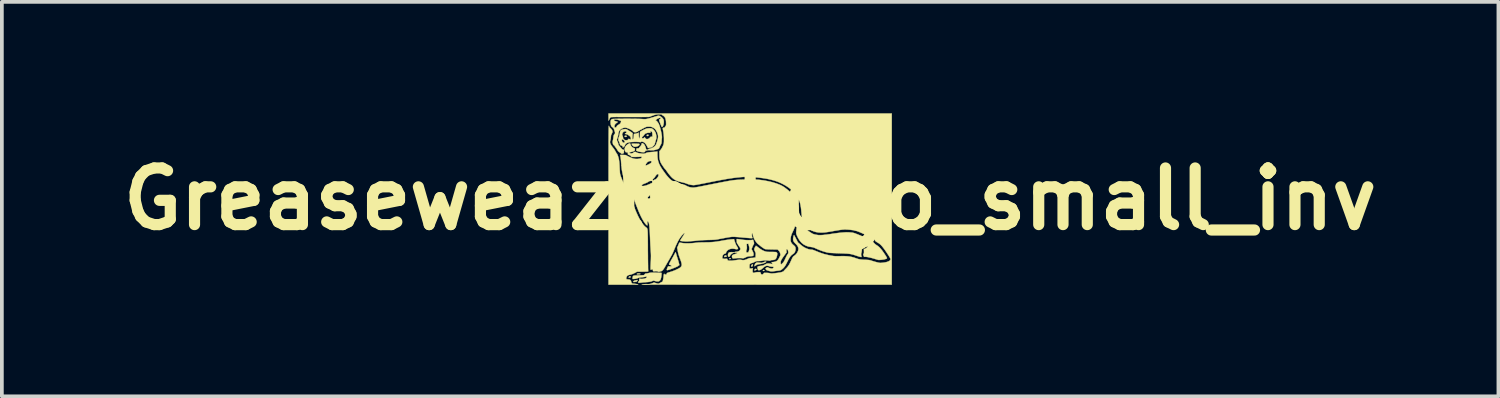
<source format=kicad_pcb>
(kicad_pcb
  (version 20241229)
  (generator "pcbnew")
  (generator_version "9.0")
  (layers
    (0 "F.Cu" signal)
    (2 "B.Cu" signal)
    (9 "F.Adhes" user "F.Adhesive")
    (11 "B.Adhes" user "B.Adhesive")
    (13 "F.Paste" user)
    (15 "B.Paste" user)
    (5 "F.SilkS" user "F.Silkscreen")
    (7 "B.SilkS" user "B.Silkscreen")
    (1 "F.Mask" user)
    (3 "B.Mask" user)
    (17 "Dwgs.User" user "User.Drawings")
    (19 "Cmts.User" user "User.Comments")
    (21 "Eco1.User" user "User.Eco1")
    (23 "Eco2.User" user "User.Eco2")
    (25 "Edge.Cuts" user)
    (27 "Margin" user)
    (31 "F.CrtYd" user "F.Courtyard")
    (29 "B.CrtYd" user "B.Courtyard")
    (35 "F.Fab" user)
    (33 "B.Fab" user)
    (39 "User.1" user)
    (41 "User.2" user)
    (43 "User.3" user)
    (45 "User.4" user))
  (footprint "Greaseweazle_Logo_small_inv"
    (layer "F.Cu")
    (at 17.134 2.304)
    (property "Reference" "Greaseweazle_Logo_small_inv" (at 0 0 0) (layer "F.SilkS") (effects (font (size 1.524 1.524) (thickness 0.3))))
    (attr through_hole)
    (fp_poly (pts (xy 0.375 1.914) (xy 0.383 1.921) (xy 0.383 1.929) (xy 0.377 1.933) (xy 0.358 1.937) (xy 0.346 1.933) (xy 0.343 1.924) (xy 0.346 1.915) (xy 0.358 1.911) (xy 0.361 1.911) (xy 0.375 1.914)) (stroke (width 0.01) (type solid)) (fill yes) (layer "F.SilkS"))
    (fp_poly (pts (xy -0.525 1.597) (xy -0.521 1.604) (xy -0.527 1.612) (xy -0.535 1.615) (xy -0.55 1.619) (xy -0.557 1.617) (xy -0.559 1.608) (xy -0.559 1.607) (xy -0.556 1.597) (xy -0.545 1.594) (xy -0.54 1.594) (xy -0.525 1.597)) (stroke (width 0.01) (type solid)) (fill yes) (layer "F.SilkS"))
    (fp_poly (pts (xy 0.164 1.885) (xy 0.171 1.898) (xy 0.171 1.903) (xy 0.166 1.907) (xy 0.149 1.914) (xy 0.128 1.921) (xy 0.118 1.923) (xy 0.116 1.917) (xy 0.118 1.907) (xy 0.126 1.889) (xy 0.139 1.881) (xy 0.15 1.88) (xy 0.164 1.885)) (stroke (width 0.01) (type solid)) (fill yes) (layer "F.SilkS"))
    (fp_poly (pts (xy -2.738 -1.726) (xy -2.731 -1.72) (xy -2.731 -1.718) (xy -2.736 -1.709) (xy -2.748 -1.7) (xy -2.763 -1.694) (xy -2.773 -1.694) (xy -2.779 -1.701) (xy -2.781 -1.712) (xy -2.78 -1.722) (xy -2.773 -1.726) (xy -2.757 -1.727) (xy -2.756 -1.727) (xy -2.738 -1.726)) (stroke (width 0.01) (type solid)) (fill yes) (layer "F.SilkS"))
    (fp_poly (pts (xy -3.337 -1.7) (xy -3.322 -1.696) (xy -3.314 -1.691) (xy -3.315 -1.687) (xy -3.322 -1.683) (xy -3.336 -1.675) (xy -3.337 -1.675) (xy -3.352 -1.669) (xy -3.363 -1.67) (xy -3.367 -1.673) (xy -3.378 -1.685) (xy -3.377 -1.695) (xy -3.365 -1.701) (xy -3.354 -1.702) (xy -3.337 -1.7)) (stroke (width 0.01) (type solid)) (fill yes) (layer "F.SilkS"))
    (fp_poly (pts (xy -3.222 2.081) (xy -3.219 2.095) (xy -3.219 2.095) (xy -3.22 2.108) (xy -3.226 2.113) (xy -3.239 2.115) (xy -3.245 2.115) (xy -3.261 2.113) (xy -3.27 2.11) (xy -3.27 2.109) (xy -3.265 2.1) (xy -3.254 2.089) (xy -3.24 2.08) (xy -3.23 2.076) (xy -3.222 2.081)) (stroke (width 0.01) (type solid)) (fill yes) (layer "F.SilkS"))
    (fp_poly (pts (xy -2.984 2.004) (xy -2.968 2.007) (xy -2.954 2.013) (xy -2.952 2.018) (xy -2.962 2.022) (xy -2.986 2.026) (xy -3.005 2.027) (xy -3.028 2.029) (xy -3.041 2.028) (xy -3.047 2.025) (xy -3.048 2.019) (xy -3.042 2.011) (xy -3.027 2.006) (xy -3.007 2.003) (xy -2.984 2.004)) (stroke (width 0.01) (type solid)) (fill yes) (layer "F.SilkS"))
    (fp_poly (pts (xy -0.643 1.522) (xy -0.637 1.532) (xy -0.636 1.538) (xy -0.637 1.551) (xy -0.644 1.556) (xy -0.646 1.556) (xy -0.661 1.557) (xy -0.679 1.56) (xy -0.693 1.562) (xy -0.697 1.559) (xy -0.695 1.549) (xy -0.695 1.549) (xy -0.686 1.529) (xy -0.674 1.52) (xy -0.658 1.519) (xy -0.643 1.522)) (stroke (width 0.01) (type solid)) (fill yes) (layer "F.SilkS"))
    (fp_poly (pts (xy 0.074 1.765) (xy 0.072 1.778) (xy 0.072 1.782) (xy 0.069 1.799) (xy 0.066 1.807) (xy 0.059 1.811) (xy 0.045 1.814) (xy 0.031 1.816) (xy 0.026 1.813) (xy 0.027 1.802) (xy 0.028 1.8) (xy 0.037 1.778) (xy 0.053 1.766) (xy 0.062 1.762) (xy 0.07 1.761) (xy 0.074 1.765)) (stroke (width 0.01) (type solid)) (fill yes) (layer "F.SilkS"))
    (fp_poly (pts (xy -3.031 2.18) (xy -3.031 2.188) (xy -3.037 2.201) (xy -3.046 2.214) (xy -3.056 2.223) (xy -3.059 2.225) (xy -3.071 2.227) (xy -3.091 2.23) (xy -3.107 2.232) (xy -3.128 2.234) (xy -3.139 2.233) (xy -3.143 2.229) (xy -3.143 2.228) (xy -3.139 2.214) (xy -3.126 2.203) (xy -3.102 2.193) (xy -3.081 2.188) (xy -3.058 2.183) (xy -3.04 2.181) (xy -3.031 2.18) (xy -3.031 2.18)) (stroke (width 0.01) (type solid)) (fill yes) (layer "F.SilkS"))
    (fp_poly (pts (xy -0.461 1.433) (xy -0.457 1.433) (xy -0.422 1.439) (xy -0.452 1.449) (xy -0.476 1.461) (xy -0.502 1.48) (xy -0.525 1.502) (xy -0.541 1.524) (xy -0.547 1.536) (xy -0.554 1.55) (xy -0.565 1.555) (xy -0.571 1.556) (xy -0.586 1.552) (xy -0.593 1.541) (xy -0.597 1.51) (xy -0.594 1.481) (xy -0.584 1.457) (xy -0.57 1.442) (xy -0.552 1.435) (xy -0.525 1.431) (xy -0.493 1.43) (xy -0.461 1.433)) (stroke (width 0.01) (type solid)) (fill yes) (layer "F.SilkS"))
    (fp_poly (pts (xy -3.162 -1.489) (xy -3.137 -1.488) (xy -3.105 -1.488) (xy -3.081 -1.487) (xy -3.043 -1.486) (xy -3.016 -1.485) (xy -2.997 -1.484) (xy -2.986 -1.482) (xy -2.981 -1.479) (xy -2.978 -1.475) (xy -2.978 -1.471) (xy -2.984 -1.452) (xy -3.001 -1.435) (xy -3.025 -1.421) (xy -3.056 -1.411) (xy -3.08 -1.407) (xy -3.103 -1.405) (xy -3.118 -1.407) (xy -3.131 -1.412) (xy -3.146 -1.422) (xy -3.15 -1.426) (xy -3.172 -1.445) (xy -3.183 -1.464) (xy -3.184 -1.468) (xy -3.186 -1.482) (xy -3.186 -1.489) (xy -3.186 -1.489) (xy -3.18 -1.489) (xy -3.162 -1.489)) (stroke (width 0.01) (type solid)) (fill yes) (layer "F.SilkS"))
    (fp_poly (pts (xy 0.431 1.686) (xy 0.431 1.692) (xy 0.423 1.701) (xy 0.406 1.712) (xy 0.381 1.723) (xy 0.351 1.733) (xy 0.318 1.742) (xy 0.286 1.749) (xy 0.257 1.752) (xy 0.246 1.753) (xy 0.214 1.757) (xy 0.181 1.77) (xy 0.146 1.793) (xy 0.129 1.805) (xy 0.119 1.809) (xy 0.117 1.803) (xy 0.118 1.792) (xy 0.13 1.756) (xy 0.146 1.73) (xy 0.167 1.715) (xy 0.182 1.711) (xy 0.198 1.71) (xy 0.222 1.711) (xy 0.25 1.714) (xy 0.257 1.715) (xy 0.284 1.718) (xy 0.302 1.719) (xy 0.317 1.718) (xy 0.331 1.713) (xy 0.35 1.705) (xy 0.374 1.696) (xy 0.397 1.688) (xy 0.41 1.685) (xy 0.425 1.683) (xy 0.431 1.686)) (stroke (width 0.01) (type solid)) (fill yes) (layer "F.SilkS"))
    (fp_poly (pts (xy -2.002 1.441) (xy -1.997 1.455) (xy -1.994 1.468) (xy -1.989 1.486) (xy -1.981 1.513) (xy -1.971 1.546) (xy -1.96 1.581) (xy -1.955 1.597) (xy -1.942 1.639) (xy -1.93 1.679) (xy -1.92 1.716) (xy -1.912 1.746) (xy -1.907 1.768) (xy -1.905 1.78) (xy -1.91 1.784) (xy -1.914 1.784) (xy -1.924 1.789) (xy -1.931 1.797) (xy -1.941 1.805) (xy -1.96 1.816) (xy -1.988 1.829) (xy -2.021 1.843) (xy -2.057 1.858) (xy -2.095 1.873) (xy -2.133 1.887) (xy -2.168 1.899) (xy -2.198 1.908) (xy -2.221 1.914) (xy -2.221 1.914) (xy -2.235 1.915) (xy -2.241 1.911) (xy -2.242 1.9) (xy -2.239 1.884) (xy -2.231 1.863) (xy -2.224 1.847) (xy -2.207 1.813) (xy -2.161 1.813) (xy -2.138 1.813) (xy -2.122 1.811) (xy -2.115 1.809) (xy -2.115 1.808) (xy -2.12 1.798) (xy -2.132 1.786) (xy -2.147 1.776) (xy -2.161 1.772) (xy -2.162 1.772) (xy -2.171 1.771) (xy -2.177 1.769) (xy -2.18 1.764) (xy -2.179 1.755) (xy -2.175 1.741) (xy -2.165 1.721) (xy -2.151 1.694) (xy -2.132 1.659) (xy -2.106 1.613) (xy -2.095 1.594) (xy -2.076 1.56) (xy -2.058 1.527) (xy -2.042 1.498) (xy -2.03 1.476) (xy -2.025 1.465) (xy -2.016 1.448) (xy -2.009 1.437) (xy -2.006 1.435) (xy -2.002 1.441)) (stroke (width 0.01) (type solid)) (fill yes) (layer "F.SilkS"))
    (fp_poly (pts (xy 3.256 1.097) (xy 3.274 1.115) (xy 3.297 1.143) (xy 3.305 1.152) (xy 3.331 1.183) (xy 3.353 1.206) (xy 3.373 1.223) (xy 3.395 1.238) (xy 3.4 1.241) (xy 3.437 1.266) (xy 3.474 1.298) (xy 3.511 1.337) (xy 3.55 1.384) (xy 3.591 1.442) (xy 3.611 1.471) (xy 3.633 1.504) (xy 3.652 1.535) (xy 3.667 1.56) (xy 3.678 1.579) (xy 3.683 1.589) (xy 3.683 1.59) (xy 3.677 1.601) (xy 3.659 1.61) (xy 3.631 1.619) (xy 3.594 1.627) (xy 3.549 1.634) (xy 3.518 1.637) (xy 3.491 1.639) (xy 3.469 1.64) (xy 3.454 1.64) (xy 3.451 1.639) (xy 3.441 1.637) (xy 3.421 1.631) (xy 3.394 1.623) (xy 3.362 1.614) (xy 3.348 1.609) (xy 3.286 1.591) (xy 3.229 1.577) (xy 3.178 1.566) (xy 3.135 1.558) (xy 3.101 1.556) (xy 3.099 1.556) (xy 3.066 1.556) (xy 3.053 1.526) (xy 3.046 1.508) (xy 3.043 1.497) (xy 3.046 1.487) (xy 3.052 1.477) (xy 3.058 1.464) (xy 3.062 1.448) (xy 3.063 1.426) (xy 3.062 1.402) (xy 3.061 1.347) (xy 3.092 1.337) (xy 3.12 1.324) (xy 3.142 1.305) (xy 3.142 1.305) (xy 3.152 1.293) (xy 3.159 1.28) (xy 3.164 1.265) (xy 3.169 1.242) (xy 3.172 1.22) (xy 3.177 1.2) (xy 3.187 1.188) (xy 3.198 1.18) (xy 3.217 1.166) (xy 3.228 1.15) (xy 3.232 1.127) (xy 3.232 1.114) (xy 3.233 1.098) (xy 3.237 1.089) (xy 3.245 1.089) (xy 3.256 1.097)) (stroke (width 0.01) (type solid)) (fill yes) (layer "F.SilkS"))
    (fp_poly (pts (xy -2.596 1.983) (xy -2.551 1.983) (xy -2.535 1.983) (xy -2.493 1.984) (xy -2.455 1.985) (xy -2.424 1.986) (xy -2.4 1.988) (xy -2.387 1.989) (xy -2.384 1.989) (xy -2.383 1.996) (xy -2.384 2.013) (xy -2.385 2.038) (xy -2.387 2.06) (xy -2.395 2.113) (xy -2.406 2.155) (xy -2.421 2.185) (xy -2.442 2.206) (xy -2.469 2.216) (xy -2.502 2.217) (xy -2.544 2.21) (xy -2.558 2.207) (xy -2.598 2.195) (xy -2.647 2.213) (xy -2.672 2.221) (xy -2.697 2.227) (xy -2.726 2.231) (xy -2.763 2.235) (xy -2.781 2.236) (xy -2.821 2.239) (xy -2.863 2.242) (xy -2.902 2.246) (xy -2.931 2.25) (xy -2.959 2.253) (xy -2.982 2.255) (xy -2.998 2.256) (xy -3.003 2.256) (xy -3.009 2.248) (xy -3.009 2.235) (xy -3.004 2.222) (xy -2.997 2.216) (xy -2.989 2.209) (xy -2.985 2.196) (xy -2.985 2.177) (xy -2.985 2.145) (xy -2.945 2.149) (xy -2.915 2.151) (xy -2.883 2.149) (xy -2.852 2.145) (xy -2.827 2.138) (xy -2.81 2.13) (xy -2.808 2.129) (xy -2.793 2.117) (xy -2.784 2.11) (xy -2.776 2.103) (xy -2.778 2.098) (xy -2.783 2.093) (xy -2.792 2.088) (xy -2.802 2.088) (xy -2.82 2.092) (xy -2.824 2.093) (xy -2.844 2.098) (xy -2.871 2.102) (xy -2.903 2.106) (xy -2.921 2.108) (xy -2.96 2.112) (xy -2.991 2.118) (xy -3.018 2.126) (xy -3.029 2.131) (xy -3.084 2.147) (xy -3.116 2.151) (xy -3.162 2.154) (xy -3.162 2.122) (xy -3.161 2.099) (xy -3.154 2.082) (xy -3.148 2.075) (xy -3.143 2.069) (xy -3.137 2.066) (xy -3.129 2.063) (xy -3.116 2.061) (xy -3.097 2.059) (xy -3.071 2.058) (xy -3.034 2.056) (xy -3 2.055) (xy -2.959 2.054) (xy -2.923 2.052) (xy -2.892 2.051) (xy -2.869 2.049) (xy -2.857 2.048) (xy -2.855 2.047) (xy -2.845 2.039) (xy -2.835 2.025) (xy -2.825 2.011) (xy -2.81 2.007) (xy -2.804 2.007) (xy -2.788 2.005) (xy -2.764 2.001) (xy -2.738 1.995) (xy -2.733 1.994) (xy -2.716 1.99) (xy -2.699 1.986) (xy -2.681 1.984) (xy -2.659 1.983) (xy -2.631 1.983) (xy -2.596 1.983)) (stroke (width 0.01) (type solid)) (fill yes) (layer "F.SilkS"))
    (fp_poly (pts (xy -0.319 1.081) (xy -0.293 1.084) (xy -0.263 1.088) (xy -0.232 1.093) (xy -0.189 1.099) (xy -0.141 1.104) (xy -0.09 1.107) (xy -0.04 1.108) (xy 0.004 1.107) (xy 0.041 1.104) (xy 0.048 1.103) (xy 0.079 1.098) (xy 0.094 1.143) (xy 0.102 1.171) (xy 0.105 1.193) (xy 0.101 1.211) (xy 0.091 1.229) (xy 0.088 1.233) (xy 0.08 1.246) (xy 0.07 1.268) (xy 0.06 1.293) (xy 0.057 1.299) (xy 0.038 1.349) (xy 0.064 1.401) (xy 0.079 1.433) (xy 0.088 1.458) (xy 0.091 1.481) (xy 0.091 1.485) (xy 0.091 1.506) (xy 0.087 1.521) (xy 0.077 1.53) (xy 0.06 1.536) (xy 0.034 1.538) (xy 0.009 1.539) (xy -0.02 1.54) (xy -0.041 1.542) (xy -0.06 1.546) (xy -0.08 1.552) (xy -0.106 1.563) (xy -0.119 1.569) (xy -0.147 1.582) (xy -0.167 1.59) (xy -0.182 1.594) (xy -0.195 1.595) (xy -0.209 1.594) (xy -0.217 1.592) (xy -0.239 1.59) (xy -0.271 1.589) (xy -0.309 1.59) (xy -0.352 1.591) (xy -0.395 1.594) (xy -0.433 1.598) (xy -0.453 1.599) (xy -0.466 1.598) (xy -0.474 1.593) (xy -0.479 1.587) (xy -0.487 1.566) (xy -0.489 1.543) (xy -0.483 1.521) (xy -0.477 1.512) (xy -0.465 1.504) (xy -0.445 1.495) (xy -0.42 1.486) (xy -0.41 1.483) (xy -0.378 1.472) (xy -0.356 1.462) (xy -0.347 1.455) (xy -0.351 1.449) (xy -0.36 1.446) (xy -0.379 1.445) (xy -0.398 1.446) (xy -0.413 1.447) (xy -0.418 1.443) (xy -0.419 1.437) (xy -0.418 1.43) (xy -0.412 1.426) (xy -0.399 1.423) (xy -0.376 1.421) (xy -0.372 1.421) (xy -0.333 1.415) (xy -0.327 1.413) (xy -0.107 1.413) (xy -0.103 1.431) (xy -0.1 1.434) (xy -0.089 1.439) (xy -0.072 1.44) (xy -0.07 1.44) (xy -0.057 1.438) (xy -0.049 1.433) (xy -0.042 1.422) (xy -0.034 1.402) (xy -0.034 1.4) (xy -0.024 1.367) (xy -0.021 1.334) (xy -0.024 1.299) (xy -0.033 1.257) (xy -0.034 1.254) (xy -0.049 1.203) (xy -0.07 1.206) (xy -0.085 1.207) (xy -0.093 1.209) (xy -0.094 1.209) (xy -0.094 1.216) (xy -0.093 1.232) (xy -0.092 1.255) (xy -0.09 1.271) (xy -0.088 1.302) (xy -0.088 1.324) (xy -0.091 1.342) (xy -0.096 1.358) (xy -0.096 1.359) (xy -0.105 1.389) (xy -0.107 1.413) (xy -0.327 1.413) (xy -0.304 1.405) (xy -0.283 1.39) (xy -0.273 1.376) (xy -0.263 1.356) (xy -0.261 1.337) (xy -0.268 1.316) (xy -0.283 1.291) (xy -0.291 1.281) (xy -0.307 1.259) (xy -0.32 1.238) (xy -0.329 1.222) (xy -0.33 1.221) (xy -0.337 1.207) (xy -0.345 1.2) (xy -0.346 1.2) (xy -0.351 1.194) (xy -0.356 1.178) (xy -0.359 1.154) (xy -0.361 1.125) (xy -0.362 1.106) (xy -0.362 1.079) (xy -0.336 1.079) (xy -0.319 1.081)) (stroke (width 0.01) (type solid)) (fill yes) (layer "F.SilkS"))
    (fp_poly (pts (xy -3.8 -1.968) (xy -3.799 -1.967) (xy -3.792 -1.944) (xy -3.781 -1.926) (xy -3.764 -1.909) (xy -3.759 -1.905) (xy -3.733 -1.878) (xy -3.714 -1.85) (xy -3.705 -1.822) (xy -3.705 -1.802) (xy -3.711 -1.785) (xy -3.72 -1.762) (xy -3.728 -1.747) (xy -3.739 -1.724) (xy -3.745 -1.702) (xy -3.746 -1.677) (xy -3.747 -1.669) (xy -3.751 -1.621) (xy -3.76 -1.586) (xy -3.768 -1.556) (xy -3.771 -1.53) (xy -3.767 -1.504) (xy -3.757 -1.477) (xy -3.739 -1.446) (xy -3.713 -1.41) (xy -3.693 -1.384) (xy -3.671 -1.355) (xy -3.65 -1.325) (xy -3.632 -1.296) (xy -3.622 -1.278) (xy -3.611 -1.256) (xy -3.601 -1.239) (xy -3.595 -1.229) (xy -3.594 -1.228) (xy -3.585 -1.219) (xy -3.575 -1.2) (xy -3.564 -1.174) (xy -3.553 -1.146) (xy -3.544 -1.117) (xy -3.544 -1.116) (xy -3.537 -1.089) (xy -3.531 -1.06) (xy -3.526 -1.029) (xy -3.522 -0.993) (xy -3.518 -0.951) (xy -3.515 -0.9) (xy -3.512 -0.839) (xy -3.511 -0.825) (xy -3.509 -0.777) (xy -3.506 -0.74) (xy -3.504 -0.711) (xy -3.502 -0.689) (xy -3.499 -0.67) (xy -3.494 -0.653) (xy -3.489 -0.635) (xy -3.482 -0.615) (xy -3.482 -0.613) (xy -3.468 -0.575) (xy -3.451 -0.533) (xy -3.432 -0.488) (xy -3.409 -0.437) (xy -3.382 -0.379) (xy -3.35 -0.313) (xy -3.313 -0.237) (xy -3.298 -0.208) (xy -3.269 -0.15) (xy -3.246 -0.101) (xy -3.225 -0.057) (xy -3.207 -0.015) (xy -3.19 0.026) (xy -3.173 0.071) (xy -3.154 0.122) (xy -3.146 0.144) (xy -3.102 0.262) (xy -3.058 0.368) (xy -3.014 0.464) (xy -2.971 0.547) (xy -2.928 0.62) (xy -2.885 0.68) (xy -2.843 0.728) (xy -2.805 0.761) (xy -2.796 0.767) (xy -2.789 0.773) (xy -2.782 0.778) (xy -2.777 0.784) (xy -2.772 0.792) (xy -2.768 0.803) (xy -2.764 0.817) (xy -2.761 0.835) (xy -2.759 0.857) (xy -2.757 0.886) (xy -2.756 0.921) (xy -2.755 0.964) (xy -2.754 1.014) (xy -2.753 1.074) (xy -2.753 1.143) (xy -2.752 1.223) (xy -2.752 1.315) (xy -2.752 1.372) (xy -2.751 1.454) (xy -2.75 1.533) (xy -2.75 1.607) (xy -2.749 1.676) (xy -2.748 1.739) (xy -2.747 1.795) (xy -2.747 1.843) (xy -2.746 1.881) (xy -2.745 1.909) (xy -2.744 1.926) (xy -2.743 1.931) (xy -2.741 1.942) (xy -2.745 1.948) (xy -2.759 1.951) (xy -2.761 1.952) (xy -2.775 1.953) (xy -2.798 1.954) (xy -2.83 1.955) (xy -2.867 1.955) (xy -2.908 1.956) (xy -2.914 1.956) (xy -3.043 1.956) (xy -3.108 1.991) (xy -3.149 2.011) (xy -3.184 2.025) (xy -3.217 2.034) (xy -3.223 2.036) (xy -3.25 2.042) (xy -3.274 2.049) (xy -3.291 2.055) (xy -3.292 2.056) (xy -3.313 2.075) (xy -3.327 2.101) (xy -3.334 2.13) (xy -3.334 2.134) (xy -3.332 2.15) (xy -3.327 2.158) (xy -3.314 2.161) (xy -3.292 2.164) (xy -3.273 2.165) (xy -3.244 2.169) (xy -3.222 2.181) (xy -3.207 2.203) (xy -3.198 2.235) (xy -3.19 2.259) (xy -3.176 2.273) (xy -3.153 2.279) (xy -3.143 2.28) (xy -3.125 2.281) (xy -3.101 2.283) (xy -3.074 2.287) (xy -3.049 2.292) (xy -3.028 2.296) (xy -3.014 2.3) (xy -3.011 2.302) (xy -3.017 2.302) (xy -3.034 2.303) (xy -3.062 2.303) (xy -3.099 2.304) (xy -3.145 2.304) (xy -3.198 2.305) (xy -3.258 2.305) (xy -3.322 2.305) (xy -3.392 2.305) (xy -3.409 2.305) (xy -3.81 2.305) (xy -3.809 0.151) (xy -3.809 -0.047) (xy -3.809 -0.232) (xy -3.809 -0.405) (xy -3.809 -0.566) (xy -3.809 -0.717) (xy -3.809 -0.857) (xy -3.809 -0.986) (xy -3.809 -1.105) (xy -3.808 -1.214) (xy -3.808 -1.315) (xy -3.808 -1.406) (xy -3.808 -1.489) (xy -3.808 -1.564) (xy -3.807 -1.631) (xy -3.807 -1.69) (xy -3.807 -1.743) (xy -3.806 -1.789) (xy -3.806 -1.829) (xy -3.805 -1.863) (xy -3.805 -1.891) (xy -3.804 -1.915) (xy -3.804 -1.933) (xy -3.803 -1.948) (xy -3.803 -1.958) (xy -3.802 -1.965) (xy -3.801 -1.969) (xy -3.8 -1.97) (xy -3.8 -1.968)) (stroke (width 0.01) (type solid)) (fill yes) (layer "F.SilkS"))
    (fp_poly (pts (xy -2.699 -1.904) (xy -2.671 -1.902) (xy -2.652 -1.899) (xy -2.637 -1.892) (xy -2.622 -1.883) (xy -2.587 -1.85) (xy -2.558 -1.809) (xy -2.537 -1.76) (xy -2.525 -1.705) (xy -2.523 -1.685) (xy -2.522 -1.658) (xy -2.524 -1.635) (xy -2.529 -1.611) (xy -2.536 -1.59) (xy -2.545 -1.56) (xy -2.554 -1.528) (xy -2.561 -1.501) (xy -2.562 -1.5) (xy -2.568 -1.477) (xy -2.576 -1.46) (xy -2.588 -1.444) (xy -2.606 -1.426) (xy -2.629 -1.405) (xy -2.648 -1.393) (xy -2.665 -1.387) (xy -2.688 -1.383) (xy -2.713 -1.378) (xy -2.716 -1.378) (xy -2.733 -1.374) (xy -2.744 -1.372) (xy -2.746 -1.372) (xy -2.75 -1.377) (xy -2.758 -1.391) (xy -2.768 -1.411) (xy -2.772 -1.419) (xy -2.799 -1.466) (xy -2.827 -1.502) (xy -2.857 -1.526) (xy -2.867 -1.531) (xy -2.888 -1.539) (xy -2.909 -1.542) (xy -2.927 -1.542) (xy -2.938 -1.538) (xy -2.94 -1.534) (xy -2.943 -1.529) (xy -2.953 -1.529) (xy -2.964 -1.531) (xy -2.982 -1.533) (xy -3.01 -1.535) (xy -3.046 -1.536) (xy -3.085 -1.536) (xy -3.127 -1.536) (xy -3.167 -1.534) (xy -3.203 -1.532) (xy -3.217 -1.531) (xy -3.27 -1.522) (xy -3.312 -1.508) (xy -3.343 -1.489) (xy -3.362 -1.464) (xy -3.369 -1.444) (xy -3.376 -1.425) (xy -3.387 -1.415) (xy -3.401 -1.404) (xy -3.409 -1.396) (xy -3.419 -1.386) (xy -3.426 -1.386) (xy -3.427 -1.396) (xy -3.426 -1.4) (xy -3.426 -1.412) (xy -3.433 -1.421) (xy -3.443 -1.429) (xy -3.459 -1.437) (xy -3.472 -1.441) (xy -3.474 -1.441) (xy -3.488 -1.447) (xy -3.5 -1.464) (xy -3.508 -1.488) (xy -3.508 -1.489) (xy -3.514 -1.51) (xy -3.523 -1.534) (xy -3.528 -1.544) (xy -3.542 -1.576) (xy -3.546 -1.599) (xy -3.453 -1.599) (xy -3.453 -1.584) (xy -3.453 -1.577) (xy -3.448 -1.553) (xy -3.437 -1.536) (xy -3.43 -1.529) (xy -3.414 -1.516) (xy -3.402 -1.512) (xy -3.39 -1.515) (xy -3.384 -1.518) (xy -3.374 -1.529) (xy -3.374 -1.545) (xy -3.381 -1.563) (xy -3.396 -1.58) (xy -3.416 -1.594) (xy -3.437 -1.603) (xy -3.449 -1.606) (xy -3.453 -1.599) (xy -3.546 -1.599) (xy -3.547 -1.604) (xy -3.545 -1.631) (xy -3.534 -1.664) (xy -3.532 -1.668) (xy -3.517 -1.714) (xy -3.512 -1.734) (xy -3.445 -1.734) (xy -3.441 -1.717) (xy -3.436 -1.706) (xy -3.427 -1.684) (xy -3.421 -1.659) (xy -3.419 -1.649) (xy -3.415 -1.627) (xy -3.408 -1.613) (xy -3.394 -1.6) (xy -3.392 -1.599) (xy -3.375 -1.588) (xy -3.357 -1.582) (xy -3.335 -1.581) (xy -3.313 -1.582) (xy -3.3 -1.586) (xy -3.289 -1.594) (xy -3.283 -1.601) (xy -3.267 -1.62) (xy -3.243 -1.609) (xy -3.227 -1.602) (xy -3.218 -1.602) (xy -3.213 -1.607) (xy -3.212 -1.607) (xy -3.209 -1.622) (xy -3.211 -1.642) (xy -3.217 -1.664) (xy -3.223 -1.674) (xy -3.234 -1.687) (xy -3.252 -1.701) (xy -3.264 -1.71) (xy -3.281 -1.721) (xy -3.293 -1.73) (xy -3.296 -1.734) (xy -3.301 -1.737) (xy -3.316 -1.741) (xy -3.331 -1.743) (xy -3.351 -1.747) (xy -3.365 -1.751) (xy -3.369 -1.753) (xy -3.366 -1.759) (xy -3.355 -1.767) (xy -3.35 -1.77) (xy -3.335 -1.778) (xy -3.329 -1.788) (xy -3.329 -1.8) (xy -3.332 -1.813) (xy -3.34 -1.819) (xy -3.352 -1.821) (xy -3.383 -1.819) (xy -3.41 -1.805) (xy -3.43 -1.781) (xy -3.442 -1.753) (xy -3.445 -1.734) (xy -3.512 -1.734) (xy -3.506 -1.764) (xy -3.506 -1.769) (xy -3.5 -1.804) (xy -3.492 -1.83) (xy -3.48 -1.849) (xy -3.461 -1.861) (xy -3.434 -1.87) (xy -3.397 -1.877) (xy -3.387 -1.879) (xy -3.363 -1.882) (xy -3.347 -1.882) (xy -3.333 -1.878) (xy -3.315 -1.869) (xy -3.308 -1.865) (xy -3.288 -1.854) (xy -3.261 -1.837) (xy -3.232 -1.819) (xy -3.214 -1.808) (xy -3.187 -1.79) (xy -3.17 -1.777) (xy -3.161 -1.768) (xy -3.159 -1.761) (xy -3.16 -1.76) (xy -3.162 -1.749) (xy -3.164 -1.73) (xy -3.166 -1.703) (xy -3.167 -1.678) (xy -3.168 -1.647) (xy -3.168 -1.626) (xy -3.167 -1.614) (xy -3.164 -1.608) (xy -3.16 -1.607) (xy -3.149 -1.612) (xy -3.14 -1.627) (xy -3.135 -1.653) (xy -3.131 -1.692) (xy -3.131 -1.692) (xy -3.127 -1.749) (xy -3.085 -1.756) (xy -3.06 -1.762) (xy -3.037 -1.769) (xy -3.024 -1.774) (xy -3.01 -1.781) (xy -3.001 -1.784) (xy -3.001 -1.784) (xy -2.999 -1.778) (xy -2.998 -1.763) (xy -2.997 -1.74) (xy -2.997 -1.728) (xy -2.996 -1.689) (xy -2.992 -1.659) (xy -2.985 -1.64) (xy -2.976 -1.632) (xy -2.974 -1.632) (xy -2.97 -1.634) (xy -2.968 -1.643) (xy -2.967 -1.654) (xy -2.912 -1.654) (xy -2.912 -1.645) (xy -2.903 -1.635) (xy -2.887 -1.632) (xy -2.87 -1.636) (xy -2.854 -1.647) (xy -2.839 -1.663) (xy -2.822 -1.64) (xy -2.809 -1.625) (xy -2.795 -1.615) (xy -2.792 -1.613) (xy -2.773 -1.611) (xy -2.749 -1.616) (xy -2.726 -1.625) (xy -2.713 -1.634) (xy -2.699 -1.65) (xy -2.695 -1.654) (xy -2.682 -1.669) (xy -2.669 -1.675) (xy -2.654 -1.676) (xy -2.629 -1.676) (xy -2.629 -1.723) (xy -2.631 -1.764) (xy -2.638 -1.794) (xy -2.65 -1.813) (xy -2.667 -1.822) (xy -2.676 -1.822) (xy -2.683 -1.818) (xy -2.686 -1.803) (xy -2.686 -1.801) (xy -2.686 -1.78) (xy -2.718 -1.783) (xy -2.745 -1.783) (xy -2.776 -1.776) (xy -2.791 -1.771) (xy -2.814 -1.762) (xy -2.83 -1.753) (xy -2.841 -1.741) (xy -2.848 -1.73) (xy -2.863 -1.709) (xy -2.882 -1.688) (xy -2.89 -1.681) (xy -2.905 -1.666) (xy -2.912 -1.654) (xy -2.967 -1.654) (xy -2.966 -1.659) (xy -2.966 -1.684) (xy -2.965 -1.71) (xy -2.965 -1.741) (xy -2.964 -1.769) (xy -2.963 -1.79) (xy -2.962 -1.801) (xy -2.955 -1.811) (xy -2.938 -1.823) (xy -2.91 -1.839) (xy -2.89 -1.85) (xy -2.845 -1.872) (xy -2.807 -1.888) (xy -2.774 -1.898) (xy -2.742 -1.903) (xy -2.709 -1.904) (xy -2.699 -1.904)) (stroke (width 0.01) (type solid)) (fill yes) (layer "F.SilkS"))
    (fp_poly (pts (xy -2.442 -2.237) (xy -2.416 -2.223) (xy -2.388 -2.204) (xy -2.363 -2.181) (xy -2.343 -2.156) (xy -2.335 -2.144) (xy -2.327 -2.119) (xy -2.323 -2.09) (xy -2.323 -2.058) (xy -2.327 -2.025) (xy -2.334 -1.994) (xy -2.344 -1.968) (xy -2.356 -1.948) (xy -2.37 -1.938) (xy -2.376 -1.937) (xy -2.379 -1.942) (xy -2.386 -1.957) (xy -2.396 -1.979) (xy -2.407 -2.006) (xy -2.418 -2.034) (xy -2.429 -2.062) (xy -2.438 -2.087) (xy -2.445 -2.107) (xy -2.447 -2.116) (xy -2.448 -2.131) (xy -2.44 -2.139) (xy -2.439 -2.14) (xy -2.421 -2.152) (xy -2.409 -2.167) (xy -2.407 -2.175) (xy -2.412 -2.183) (xy -2.425 -2.184) (xy -2.445 -2.18) (xy -2.468 -2.172) (xy -2.493 -2.16) (xy -2.517 -2.144) (xy -2.519 -2.142) (xy -2.533 -2.129) (xy -2.54 -2.117) (xy -2.537 -2.11) (xy -2.531 -2.108) (xy -2.52 -2.103) (xy -2.505 -2.088) (xy -2.488 -2.067) (xy -2.471 -2.042) (xy -2.456 -2.014) (xy -2.451 -2.001) (xy -2.438 -1.967) (xy -2.425 -1.926) (xy -2.413 -1.881) (xy -2.401 -1.833) (xy -2.391 -1.786) (xy -2.383 -1.742) (xy -2.377 -1.702) (xy -2.374 -1.669) (xy -2.375 -1.645) (xy -2.375 -1.64) (xy -2.378 -1.622) (xy -2.38 -1.596) (xy -2.381 -1.568) (xy -2.381 -1.563) (xy -2.384 -1.516) (xy -2.394 -1.48) (xy -2.41 -1.454) (xy -2.416 -1.443) (xy -2.425 -1.425) (xy -2.432 -1.407) (xy -2.442 -1.384) (xy -2.452 -1.366) (xy -2.459 -1.357) (xy -2.47 -1.35) (xy -2.49 -1.342) (xy -2.516 -1.333) (xy -2.532 -1.328) (xy -2.558 -1.32) (xy -2.58 -1.316) (xy -2.6 -1.313) (xy -2.622 -1.312) (xy -2.651 -1.312) (xy -2.682 -1.313) (xy -2.723 -1.314) (xy -2.752 -1.314) (xy -2.77 -1.312) (xy -2.777 -1.309) (xy -2.788 -1.304) (xy -2.801 -1.302) (xy -2.816 -1.299) (xy -2.823 -1.287) (xy -2.823 -1.286) (xy -2.831 -1.271) (xy -2.839 -1.263) (xy -2.857 -1.259) (xy -2.885 -1.258) (xy -2.92 -1.261) (xy -2.959 -1.267) (xy -3 -1.277) (xy -3.03 -1.286) (xy -3.061 -1.296) (xy -3.061 -1.327) (xy -3.06 -1.345) (xy -3.057 -1.355) (xy -3.049 -1.359) (xy -3.041 -1.361) (xy -3.021 -1.364) (xy -3.006 -1.365) (xy -2.994 -1.367) (xy -2.991 -1.371) (xy -2.987 -1.379) (xy -2.976 -1.392) (xy -2.961 -1.409) (xy -2.959 -1.411) (xy -2.934 -1.442) (xy -2.919 -1.473) (xy -2.915 -1.497) (xy -2.91 -1.504) (xy -2.898 -1.502) (xy -2.878 -1.491) (xy -2.875 -1.489) (xy -2.857 -1.474) (xy -2.842 -1.455) (xy -2.829 -1.43) (xy -2.816 -1.396) (xy -2.81 -1.376) (xy -2.802 -1.35) (xy -2.795 -1.333) (xy -2.789 -1.325) (xy -2.783 -1.321) (xy -2.778 -1.321) (xy -2.758 -1.323) (xy -2.746 -1.33) (xy -2.743 -1.336) (xy -2.738 -1.341) (xy -2.723 -1.347) (xy -2.71 -1.351) (xy -2.655 -1.367) (xy -2.607 -1.389) (xy -2.569 -1.417) (xy -2.541 -1.45) (xy -2.526 -1.48) (xy -2.507 -1.535) (xy -2.493 -1.582) (xy -2.483 -1.62) (xy -2.478 -1.652) (xy -2.476 -1.681) (xy -2.478 -1.708) (xy -2.483 -1.734) (xy -2.485 -1.744) (xy -2.496 -1.776) (xy -2.511 -1.81) (xy -2.529 -1.842) (xy -2.547 -1.869) (xy -2.564 -1.889) (xy -2.571 -1.894) (xy -2.605 -1.916) (xy -2.633 -1.931) (xy -2.658 -1.94) (xy -2.684 -1.945) (xy -2.715 -1.946) (xy -2.724 -1.946) (xy -2.756 -1.946) (xy -2.779 -1.943) (xy -2.798 -1.939) (xy -2.816 -1.932) (xy -2.836 -1.922) (xy -2.863 -1.908) (xy -2.895 -1.891) (xy -2.929 -1.872) (xy -2.963 -1.854) (xy -2.993 -1.836) (xy -3.018 -1.822) (xy -3.034 -1.812) (xy -3.035 -1.812) (xy -3.058 -1.801) (xy -3.085 -1.796) (xy -3.112 -1.798) (xy -3.134 -1.805) (xy -3.149 -1.818) (xy -3.15 -1.82) (xy -3.163 -1.834) (xy -3.185 -1.851) (xy -3.214 -1.868) (xy -3.247 -1.884) (xy -3.282 -1.899) (xy -3.316 -1.911) (xy -3.345 -1.918) (xy -3.365 -1.92) (xy -3.401 -1.915) (xy -3.439 -1.901) (xy -3.475 -1.882) (xy -3.497 -1.865) (xy -3.514 -1.846) (xy -3.527 -1.824) (xy -3.537 -1.796) (xy -3.545 -1.76) (xy -3.549 -1.729) (xy -3.555 -1.698) (xy -3.564 -1.664) (xy -3.572 -1.641) (xy -3.581 -1.617) (xy -3.585 -1.601) (xy -3.585 -1.588) (xy -3.582 -1.574) (xy -3.581 -1.572) (xy -3.573 -1.55) (xy -3.563 -1.529) (xy -3.562 -1.526) (xy -3.553 -1.508) (xy -3.55 -1.49) (xy -3.55 -1.489) (xy -3.548 -1.476) (xy -3.544 -1.463) (xy -3.535 -1.447) (xy -3.519 -1.427) (xy -3.497 -1.4) (xy -3.495 -1.398) (xy -3.477 -1.378) (xy -3.464 -1.361) (xy -3.456 -1.35) (xy -3.454 -1.346) (xy -3.449 -1.342) (xy -3.435 -1.335) (xy -3.422 -1.33) (xy -3.404 -1.322) (xy -3.395 -1.315) (xy -3.393 -1.308) (xy -3.394 -1.305) (xy -3.396 -1.291) (xy -3.397 -1.271) (xy -3.397 -1.263) (xy -3.398 -1.244) (xy -3.402 -1.234) (xy -3.412 -1.228) (xy -3.425 -1.224) (xy -3.452 -1.214) (xy -3.501 -1.248) (xy -3.529 -1.267) (xy -3.547 -1.284) (xy -3.561 -1.301) (xy -3.569 -1.314) (xy -3.583 -1.337) (xy -3.6 -1.363) (xy -3.619 -1.388) (xy -3.619 -1.389) (xy -3.634 -1.409) (xy -3.645 -1.425) (xy -3.651 -1.434) (xy -3.651 -1.436) (xy -3.656 -1.441) (xy -3.665 -1.445) (xy -3.677 -1.455) (xy -3.688 -1.474) (xy -3.695 -1.499) (xy -3.699 -1.527) (xy -3.699 -1.554) (xy -3.693 -1.575) (xy -3.689 -1.592) (xy -3.684 -1.617) (xy -3.68 -1.645) (xy -3.68 -1.651) (xy -3.675 -1.687) (xy -3.669 -1.712) (xy -3.66 -1.732) (xy -3.647 -1.747) (xy -3.645 -1.749) (xy -3.637 -1.76) (xy -3.635 -1.776) (xy -3.637 -1.797) (xy -3.645 -1.826) (xy -3.658 -1.864) (xy -3.669 -1.89) (xy -3.677 -1.907) (xy -3.687 -1.918) (xy -3.698 -1.926) (xy -3.701 -1.927) (xy -3.725 -1.946) (xy -3.742 -1.974) (xy -3.752 -2.012) (xy -3.755 -2.053) (xy -3.754 -2.09) (xy -3.748 -2.116) (xy -3.743 -2.124) (xy -3.664 -2.124) (xy -3.663 -2.115) (xy -3.658 -2.107) (xy -3.647 -2.101) (xy -3.627 -2.094) (xy -3.599 -2.086) (xy -3.58 -2.08) (xy -3.566 -2.075) (xy -3.562 -2.072) (xy -3.567 -2.066) (xy -3.58 -2.056) (xy -3.592 -2.048) (xy -3.623 -2.023) (xy -3.643 -1.995) (xy -3.651 -1.966) (xy -3.651 -1.962) (xy -3.65 -1.939) (xy -3.646 -1.927) (xy -3.637 -1.922) (xy -3.622 -1.924) (xy -3.605 -1.928) (xy -3.596 -1.939) (xy -3.592 -1.949) (xy -3.585 -1.963) (xy -3.574 -1.975) (xy -3.554 -1.989) (xy -3.542 -1.997) (xy -3.514 -2.015) (xy -3.496 -2.03) (xy -3.485 -2.046) (xy -3.478 -2.064) (xy -3.476 -2.075) (xy -3.472 -2.1) (xy -3.525 -2.119) (xy -3.561 -2.131) (xy -3.591 -2.138) (xy -3.618 -2.141) (xy -3.643 -2.141) (xy -3.658 -2.139) (xy -3.663 -2.132) (xy -3.664 -2.124) (xy -3.743 -2.124) (xy -3.737 -2.134) (xy -3.718 -2.146) (xy -3.708 -2.151) (xy -3.697 -2.152) (xy -3.674 -2.154) (xy -3.642 -2.155) (xy -3.601 -2.156) (xy -3.552 -2.157) (xy -3.498 -2.158) (xy -3.44 -2.158) (xy -3.378 -2.159) (xy -3.315 -2.159) (xy -3.251 -2.159) (xy -3.188 -2.158) (xy -3.128 -2.158) (xy -3.071 -2.157) (xy -3.02 -2.156) (xy -2.975 -2.155) (xy -2.938 -2.154) (xy -2.914 -2.152) (xy -2.877 -2.15) (xy -2.848 -2.148) (xy -2.826 -2.148) (xy -2.807 -2.15) (xy -2.786 -2.153) (xy -2.762 -2.158) (xy -2.737 -2.164) (xy -2.699 -2.174) (xy -2.655 -2.186) (xy -2.61 -2.2) (xy -2.569 -2.212) (xy -2.568 -2.213) (xy -2.535 -2.223) (xy -2.506 -2.232) (xy -2.482 -2.238) (xy -2.467 -2.241) (xy -2.464 -2.242) (xy -2.442 -2.237)) (stroke (width 0.01) (type solid)) (fill yes) (layer "F.SilkS"))
    (fp_poly (pts (xy 3.81 2.305) (xy 0.443 2.305) (xy 0.237 2.305) (xy 0.034 2.304) (xy -0.165 2.304) (xy -0.361 2.304) (xy -0.552 2.304) (xy -0.738 2.304) (xy -0.92 2.304) (xy -1.095 2.304) (xy -1.266 2.304) (xy -1.43 2.304) (xy -1.587 2.304) (xy -1.737 2.304) (xy -1.881 2.304) (xy -2.016 2.303) (xy -2.144 2.303) (xy -2.263 2.303) (xy -2.374 2.303) (xy -2.475 2.303) (xy -2.567 2.303) (xy -2.649 2.303) (xy -2.721 2.303) (xy -2.782 2.302) (xy -2.833 2.302) (xy -2.872 2.302) (xy -2.899 2.302) (xy -2.914 2.302) (xy -2.918 2.302) (xy -2.902 2.298) (xy -2.878 2.295) (xy -2.849 2.293) (xy -2.819 2.291) (xy -2.791 2.291) (xy -2.771 2.292) (xy -2.769 2.292) (xy -2.731 2.293) (xy -2.689 2.286) (xy -2.641 2.271) (xy -2.625 2.264) (xy -2.587 2.249) (xy -2.536 2.264) (xy -2.511 2.271) (xy -2.489 2.277) (xy -2.475 2.28) (xy -2.472 2.28) (xy -2.461 2.277) (xy -2.442 2.268) (xy -2.42 2.257) (xy -2.415 2.254) (xy -2.394 2.242) (xy -2.377 2.233) (xy -2.366 2.229) (xy -2.365 2.229) (xy -2.358 2.223) (xy -2.351 2.206) (xy -2.344 2.18) (xy -2.337 2.147) (xy -2.331 2.109) (xy -2.329 2.088) (xy -2.325 2.052) (xy -2.321 2.029) (xy -2.317 2.016) (xy -2.313 2.013) (xy -2.306 2.018) (xy -2.305 2.022) (xy -2.301 2.029) (xy -2.288 2.032) (xy -2.277 2.032) (xy -2.259 2.031) (xy -2.25 2.027) (xy -2.246 2.018) (xy -2.245 2.013) (xy -2.243 2.004) (xy -2.239 1.998) (xy -2.233 1.992) (xy -2.222 1.987) (xy -2.204 1.98) (xy -2.178 1.972) (xy -2.142 1.961) (xy -2.132 1.958) (xy -2.095 1.946) (xy -2.054 1.931) (xy -2.012 1.914) (xy -1.972 1.895) (xy -1.935 1.877) (xy -1.905 1.861) (xy -1.884 1.847) (xy -1.881 1.845) (xy -1.862 1.826) (xy -1.848 1.806) (xy -1.841 1.784) (xy -1.84 1.758) (xy -1.846 1.726) (xy -1.857 1.686) (xy -1.874 1.637) (xy -1.876 1.632) (xy -1.898 1.573) (xy -1.915 1.524) (xy -1.928 1.482) (xy -1.938 1.445) (xy -1.945 1.412) (xy -1.95 1.379) (xy -1.951 1.376) (xy -1.955 1.352) (xy -1.959 1.333) (xy -1.962 1.322) (xy -1.963 1.321) (xy -1.964 1.316) (xy -1.959 1.303) (xy -1.955 1.294) (xy -1.946 1.274) (xy -1.935 1.248) (xy -1.924 1.221) (xy -1.924 1.219) (xy -1.913 1.194) (xy -1.904 1.178) (xy -1.898 1.173) (xy -1.888 1.175) (xy -1.869 1.178) (xy -1.844 1.182) (xy -1.833 1.184) (xy -1.787 1.19) (xy -1.731 1.193) (xy -1.67 1.193) (xy -1.605 1.192) (xy -1.541 1.187) (xy -1.483 1.181) (xy -1.408 1.173) (xy -1.327 1.169) (xy -1.276 1.168) (xy -1.196 1.167) (xy -1.127 1.166) (xy -1.065 1.163) (xy -1.008 1.159) (xy -0.953 1.154) (xy -0.899 1.147) (xy -0.842 1.138) (xy -0.785 1.128) (xy -0.718 1.116) (xy -0.662 1.106) (xy -0.613 1.099) (xy -0.57 1.093) (xy -0.53 1.088) (xy -0.491 1.085) (xy -0.476 1.084) (xy -0.434 1.081) (xy -0.419 1.131) (xy -0.399 1.19) (xy -0.374 1.244) (xy -0.348 1.287) (xy -0.335 1.308) (xy -0.329 1.322) (xy -0.327 1.332) (xy -0.33 1.339) (xy -0.34 1.349) (xy -0.357 1.352) (xy -0.384 1.35) (xy -0.42 1.342) (xy -0.465 1.336) (xy -0.509 1.339) (xy -0.551 1.349) (xy -0.588 1.367) (xy -0.619 1.392) (xy -0.64 1.422) (xy -0.648 1.441) (xy -0.655 1.458) (xy -0.664 1.466) (xy -0.677 1.47) (xy -0.706 1.481) (xy -0.728 1.503) (xy -0.743 1.533) (xy -0.749 1.57) (xy -0.749 1.576) (xy -0.748 1.591) (xy -0.743 1.599) (xy -0.731 1.605) (xy -0.722 1.607) (xy -0.696 1.611) (xy -0.665 1.611) (xy -0.658 1.61) (xy -0.633 1.608) (xy -0.619 1.611) (xy -0.612 1.62) (xy -0.61 1.636) (xy -0.604 1.649) (xy -0.587 1.657) (xy -0.559 1.662) (xy -0.519 1.662) (xy -0.467 1.658) (xy -0.404 1.649) (xy -0.37 1.644) (xy -0.337 1.639) (xy -0.307 1.636) (xy -0.282 1.634) (xy -0.267 1.634) (xy -0.267 1.635) (xy -0.246 1.638) (xy -0.222 1.642) (xy -0.214 1.644) (xy -0.182 1.646) (xy -0.149 1.642) (xy -0.112 1.631) (xy -0.071 1.613) (xy -0.043 1.6) (xy -0.022 1.593) (xy -0.003 1.589) (xy 0.019 1.588) (xy 0.028 1.587) (xy 0.058 1.586) (xy 0.088 1.584) (xy 0.11 1.58) (xy 0.145 1.573) (xy 0.149 1.515) (xy 0.151 1.488) (xy 0.151 1.468) (xy 0.149 1.452) (xy 0.143 1.435) (xy 0.132 1.413) (xy 0.13 1.408) (xy 0.118 1.382) (xy 0.112 1.361) (xy 0.112 1.343) (xy 0.119 1.323) (xy 0.132 1.298) (xy 0.139 1.287) (xy 0.157 1.257) (xy 0.22 1.305) (xy 0.268 1.341) (xy 0.31 1.368) (xy 0.349 1.389) (xy 0.388 1.405) (xy 0.403 1.41) (xy 0.42 1.415) (xy 0.436 1.419) (xy 0.454 1.422) (xy 0.476 1.423) (xy 0.505 1.424) (xy 0.542 1.425) (xy 0.573 1.425) (xy 0.615 1.425) (xy 0.647 1.426) (xy 0.67 1.426) (xy 0.686 1.428) (xy 0.697 1.43) (xy 0.704 1.433) (xy 0.711 1.438) (xy 0.715 1.441) (xy 0.724 1.451) (xy 0.729 1.462) (xy 0.73 1.476) (xy 0.728 1.495) (xy 0.724 1.522) (xy 0.716 1.553) (xy 0.709 1.575) (xy 0.696 1.601) (xy 0.682 1.619) (xy 0.663 1.631) (xy 0.636 1.639) (xy 0.601 1.643) (xy 0.592 1.643) (xy 0.565 1.645) (xy 0.549 1.648) (xy 0.541 1.652) (xy 0.54 1.656) (xy 0.536 1.662) (xy 0.529 1.661) (xy 0.518 1.659) (xy 0.498 1.657) (xy 0.471 1.655) (xy 0.441 1.653) (xy 0.404 1.652) (xy 0.375 1.652) (xy 0.353 1.654) (xy 0.333 1.659) (xy 0.329 1.66) (xy 0.298 1.666) (xy 0.257 1.669) (xy 0.23 1.67) (xy 0.201 1.67) (xy 0.179 1.672) (xy 0.162 1.675) (xy 0.145 1.682) (xy 0.122 1.693) (xy 0.117 1.695) (xy 0.093 1.707) (xy 0.072 1.716) (xy 0.059 1.72) (xy 0.056 1.721) (xy 0.036 1.724) (xy 0.015 1.734) (xy -0.003 1.746) (xy -0.012 1.756) (xy -0.016 1.771) (xy -0.018 1.794) (xy -0.019 1.819) (xy -0.018 1.842) (xy -0.016 1.86) (xy -0.013 1.866) (xy -0.006 1.871) (xy 0.008 1.872) (xy 0.025 1.871) (xy 0.045 1.868) (xy 0.061 1.865) (xy 0.065 1.863) (xy 0.069 1.864) (xy 0.071 1.872) (xy 0.07 1.889) (xy 0.067 1.908) (xy 0.065 1.944) (xy 0.069 1.969) (xy 0.079 1.984) (xy 0.096 1.989) (xy 0.121 1.984) (xy 0.138 1.978) (xy 0.159 1.972) (xy 0.191 1.969) (xy 0.215 1.968) (xy 0.27 1.968) (xy 0.285 2) (xy 0.294 2.019) (xy 0.302 2.028) (xy 0.312 2.032) (xy 0.321 2.032) (xy 0.337 2.03) (xy 0.351 2.02) (xy 0.359 2.01) (xy 0.376 1.988) (xy 0.435 1.988) (xy 0.471 1.989) (xy 0.506 1.993) (xy 0.534 1.998) (xy 0.534 1.998) (xy 0.552 2.002) (xy 0.567 2.004) (xy 0.583 2.005) (xy 0.603 2.004) (xy 0.631 2.001) (xy 0.664 1.998) (xy 0.7 1.993) (xy 0.736 1.989) (xy 0.767 1.984) (xy 0.79 1.981) (xy 0.792 1.981) (xy 0.817 1.976) (xy 0.842 1.969) (xy 0.867 1.961) (xy 0.887 1.953) (xy 0.899 1.946) (xy 0.902 1.942) (xy 0.906 1.936) (xy 0.918 1.923) (xy 0.935 1.904) (xy 0.956 1.882) (xy 0.96 1.878) (xy 0.988 1.849) (xy 1.011 1.822) (xy 1.032 1.792) (xy 1.053 1.76) (xy 1.073 1.721) (xy 1.096 1.673) (xy 1.109 1.643) (xy 1.125 1.608) (xy 1.138 1.582) (xy 1.149 1.564) (xy 1.159 1.55) (xy 1.172 1.538) (xy 1.188 1.527) (xy 1.199 1.52) (xy 1.228 1.495) (xy 1.255 1.463) (xy 1.277 1.426) (xy 1.292 1.388) (xy 1.3 1.351) (xy 1.299 1.325) (xy 1.289 1.29) (xy 1.272 1.257) (xy 1.244 1.223) (xy 1.22 1.199) (xy 1.19 1.168) (xy 1.17 1.14) (xy 1.159 1.111) (xy 1.156 1.08) (xy 1.156 1.078) (xy 1.157 1.063) (xy 1.16 1.042) (xy 1.165 1.019) (xy 1.17 0.998) (xy 1.175 0.981) (xy 1.179 0.972) (xy 1.18 0.972) (xy 1.184 0.977) (xy 1.193 0.992) (xy 1.206 1.015) (xy 1.221 1.043) (xy 1.235 1.07) (xy 1.286 1.169) (xy 1.349 1.223) (xy 1.377 1.246) (xy 1.405 1.268) (xy 1.43 1.286) (xy 1.448 1.298) (xy 1.505 1.327) (xy 1.563 1.349) (xy 1.62 1.362) (xy 1.664 1.365) (xy 1.681 1.368) (xy 1.706 1.375) (xy 1.735 1.387) (xy 1.75 1.393) (xy 1.868 1.441) (xy 1.984 1.48) (xy 2.101 1.509) (xy 2.191 1.527) (xy 2.224 1.532) (xy 2.252 1.536) (xy 2.278 1.538) (xy 2.305 1.54) (xy 2.336 1.54) (xy 2.374 1.54) (xy 2.413 1.539) (xy 2.493 1.537) (xy 2.563 1.539) (xy 2.625 1.543) (xy 2.681 1.55) (xy 2.734 1.56) (xy 2.786 1.574) (xy 2.84 1.592) (xy 2.843 1.594) (xy 2.879 1.606) (xy 2.911 1.616) (xy 2.942 1.623) (xy 2.976 1.628) (xy 3.015 1.632) (xy 3.062 1.635) (xy 3.099 1.636) (xy 3.141 1.638) (xy 3.173 1.64) (xy 3.198 1.643) (xy 3.218 1.646) (xy 3.237 1.651) (xy 3.247 1.655) (xy 3.269 1.662) (xy 3.299 1.671) (xy 3.335 1.682) (xy 3.373 1.693) (xy 3.386 1.696) (xy 3.423 1.706) (xy 3.451 1.713) (xy 3.472 1.717) (xy 3.491 1.719) (xy 3.509 1.72) (xy 3.53 1.719) (xy 3.539 1.718) (xy 3.603 1.711) (xy 3.658 1.701) (xy 3.704 1.687) (xy 3.739 1.671) (xy 3.764 1.652) (xy 3.776 1.631) (xy 3.778 1.618) (xy 3.775 1.606) (xy 3.764 1.584) (xy 3.746 1.553) (xy 3.721 1.512) (xy 3.711 1.498) (xy 3.667 1.431) (xy 3.629 1.375) (xy 3.594 1.328) (xy 3.563 1.288) (xy 3.535 1.255) (xy 3.508 1.228) (xy 3.482 1.206) (xy 3.455 1.187) (xy 3.43 1.172) (xy 3.403 1.156) (xy 3.383 1.143) (xy 3.37 1.13) (xy 3.358 1.115) (xy 3.353 1.106) (xy 3.328 1.069) (xy 3.304 1.041) (xy 3.278 1.021) (xy 3.246 1.007) (xy 3.205 0.995) (xy 3.199 0.994) (xy 3.173 0.987) (xy 3.139 0.974) (xy 3.1 0.959) (xy 3.059 0.941) (xy 3.053 0.939) (xy 2.994 0.912) (xy 2.943 0.89) (xy 2.898 0.872) (xy 2.858 0.859) (xy 2.819 0.848) (xy 2.779 0.84) (xy 2.735 0.834) (xy 2.686 0.828) (xy 2.651 0.825) (xy 2.609 0.822) (xy 2.571 0.821) (xy 2.534 0.821) (xy 2.495 0.823) (xy 2.453 0.828) (xy 2.405 0.835) (xy 2.347 0.844) (xy 2.327 0.848) (xy 2.279 0.856) (xy 2.227 0.865) (xy 2.176 0.874) (xy 2.128 0.882) (xy 2.099 0.887) (xy 2.003 0.9) (xy 1.916 0.904) (xy 1.837 0.9) (xy 1.765 0.888) (xy 1.699 0.867) (xy 1.663 0.851) (xy 1.619 0.825) (xy 1.58 0.797) (xy 1.544 0.762) (xy 1.508 0.72) (xy 1.472 0.667) (xy 1.471 0.666) (xy 1.45 0.632) (xy 1.432 0.603) (xy 1.419 0.577) (xy 1.409 0.551) (xy 1.401 0.523) (xy 1.395 0.492) (xy 1.39 0.453) (xy 1.385 0.406) (xy 1.381 0.365) (xy 1.374 0.288) (xy 1.366 0.222) (xy 1.356 0.165) (xy 1.345 0.116) (xy 1.332 0.072) (xy 1.316 0.033) (xy 1.297 -0.005) (xy 1.294 -0.01) (xy 1.269 -0.053) (xy 1.243 -0.094) (xy 1.217 -0.132) (xy 1.194 -0.163) (xy 1.174 -0.187) (xy 1.163 -0.197) (xy 1.148 -0.21) (xy 1.136 -0.22) (xy 1.133 -0.223) (xy 1.09 -0.264) (xy 1.037 -0.306) (xy 0.975 -0.348) (xy 0.908 -0.387) (xy 0.838 -0.423) (xy 0.766 -0.455) (xy 0.718 -0.473) (xy 0.648 -0.496) (xy 0.578 -0.515) (xy 0.505 -0.533) (xy 0.429 -0.548) (xy 0.346 -0.561) (xy 0.255 -0.573) (xy 0.154 -0.584) (xy 0.111 -0.588) (xy 0.033 -0.594) (xy -0.038 -0.597) (xy -0.106 -0.597) (xy -0.176 -0.594) (xy -0.254 -0.588) (xy -0.257 -0.588) (xy -0.31 -0.582) (xy -0.362 -0.577) (xy -0.413 -0.571) (xy -0.465 -0.564) (xy -0.52 -0.556) (xy -0.578 -0.547) (xy -0.641 -0.537) (xy -0.71 -0.524) (xy -0.785 -0.511) (xy -0.869 -0.495) (xy -0.963 -0.477) (xy -1.067 -0.456) (xy -1.124 -0.445) (xy -1.202 -0.429) (xy -1.269 -0.416) (xy -1.326 -0.405) (xy -1.373 -0.396) (xy -1.412 -0.389) (xy -1.444 -0.383) (xy -1.469 -0.379) (xy -1.49 -0.376) (xy -1.506 -0.374) (xy -1.519 -0.373) (xy -1.531 -0.373) (xy -1.541 -0.374) (xy -1.549 -0.375) (xy -1.592 -0.38) (xy -1.629 -0.388) (xy -1.666 -0.398) (xy -1.707 -0.413) (xy -1.717 -0.417) (xy -1.748 -0.428) (xy -1.787 -0.439) (xy -1.826 -0.449) (xy -1.85 -0.454) (xy -1.912 -0.469) (xy -1.967 -0.487) (xy -2.015 -0.51) (xy -2.059 -0.538) (xy -2.102 -0.573) (xy -2.144 -0.618) (xy -2.188 -0.672) (xy -2.204 -0.693) (xy -2.224 -0.721) (xy -2.243 -0.747) (xy -2.257 -0.768) (xy -2.267 -0.782) (xy -2.269 -0.786) (xy -2.276 -0.797) (xy -2.283 -0.8) (xy -2.289 -0.805) (xy -2.3 -0.819) (xy -2.316 -0.84) (xy -2.335 -0.867) (xy -2.351 -0.891) (xy -2.374 -0.925) (xy -2.39 -0.952) (xy -2.402 -0.973) (xy -2.411 -0.992) (xy -2.418 -1.011) (xy -2.424 -1.033) (xy -2.426 -1.042) (xy -2.433 -1.071) (xy -2.437 -1.099) (xy -2.44 -1.129) (xy -2.441 -1.165) (xy -2.441 -1.194) (xy -2.442 -1.286) (xy -2.418 -1.31) (xy -2.4 -1.332) (xy -2.379 -1.363) (xy -2.36 -1.399) (xy -2.343 -1.435) (xy -2.33 -1.468) (xy -2.327 -1.478) (xy -2.322 -1.507) (xy -2.319 -1.546) (xy -2.319 -1.592) (xy -2.319 -1.642) (xy -2.322 -1.694) (xy -2.326 -1.745) (xy -2.332 -1.793) (xy -2.339 -1.832) (xy -2.346 -1.866) (xy -2.35 -1.889) (xy -2.35 -1.904) (xy -2.346 -1.913) (xy -2.337 -1.917) (xy -2.324 -1.918) (xy -2.319 -1.918) (xy -2.304 -1.92) (xy -2.299 -1.926) (xy -2.295 -1.935) (xy -2.285 -1.95) (xy -2.28 -1.956) (xy -2.271 -1.967) (xy -2.265 -1.978) (xy -2.262 -1.991) (xy -2.261 -2.01) (xy -2.261 -2.036) (xy -2.264 -2.098) (xy -2.273 -2.148) (xy -2.286 -2.185) (xy -2.3 -2.206) (xy -2.319 -2.226) (xy -2.34 -2.243) (xy -2.355 -2.251) (xy -2.366 -2.258) (xy -2.369 -2.263) (xy -2.375 -2.271) (xy -2.393 -2.276) (xy -2.423 -2.279) (xy -2.451 -2.28) (xy -2.489 -2.278) (xy -2.526 -2.273) (xy -2.564 -2.264) (xy -2.609 -2.25) (xy -2.644 -2.236) (xy -2.721 -2.207) (xy -3.051 -2.206) (xy -3.117 -2.206) (xy -3.182 -2.206) (xy -3.243 -2.206) (xy -3.3 -2.206) (xy -3.35 -2.206) (xy -3.393 -2.206) (xy -3.426 -2.206) (xy -3.448 -2.206) (xy -3.451 -2.206) (xy -3.528 -2.206) (xy -3.594 -2.207) (xy -3.648 -2.206) (xy -3.69 -2.205) (xy -3.721 -2.204) (xy -3.739 -2.202) (xy -3.741 -2.202) (xy -3.754 -2.198) (xy -3.764 -2.19) (xy -3.773 -2.177) (xy -3.783 -2.157) (xy -3.793 -2.136) (xy -3.802 -2.118) (xy -3.806 -2.108) (xy -3.807 -2.111) (xy -3.808 -2.124) (xy -3.809 -2.147) (xy -3.809 -2.176) (xy -3.809 -2.199) (xy -3.81 -2.299) (xy 3.81 -2.299) (xy 3.81 2.305)) (stroke (width 0.01) (type solid)) (fill yes) (layer "F.SilkS"))
    (fp_poly (pts (xy -3.23 -1.493) (xy -3.223 -1.479) (xy -3.221 -1.472) (xy -3.207 -1.436) (xy -3.185 -1.405) (xy -3.157 -1.382) (xy -3.127 -1.368) (xy -3.122 -1.367) (xy -3.108 -1.363) (xy -3.101 -1.354) (xy -3.1 -1.34) (xy -3.102 -1.324) (xy -3.105 -1.308) (xy -3.11 -1.298) (xy -3.12 -1.291) (xy -3.139 -1.283) (xy -3.142 -1.282) (xy -3.17 -1.273) (xy -3.2 -1.265) (xy -3.215 -1.262) (xy -3.234 -1.257) (xy -3.247 -1.253) (xy -3.251 -1.25) (xy -3.246 -1.242) (xy -3.233 -1.233) (xy -3.217 -1.227) (xy -3.206 -1.226) (xy -3.189 -1.228) (xy -3.169 -1.233) (xy -3.15 -1.24) (xy -3.136 -1.248) (xy -3.131 -1.254) (xy -3.125 -1.261) (xy -3.112 -1.265) (xy -3.095 -1.267) (xy -3.08 -1.266) (xy -3.071 -1.261) (xy -3.057 -1.251) (xy -3.033 -1.242) (xy -3.002 -1.234) (xy -2.967 -1.227) (xy -2.929 -1.223) (xy -2.893 -1.22) (xy -2.861 -1.22) (xy -2.834 -1.223) (xy -2.818 -1.228) (xy -2.797 -1.239) (xy -2.77 -1.248) (xy -2.735 -1.255) (xy -2.691 -1.26) (xy -2.648 -1.264) (xy -2.612 -1.266) (xy -2.578 -1.269) (xy -2.55 -1.271) (xy -2.529 -1.273) (xy -2.526 -1.274) (xy -2.496 -1.278) (xy -2.496 -1.192) (xy -2.493 -1.124) (xy -2.485 -1.062) (xy -2.471 -1.004) (xy -2.45 -0.946) (xy -2.421 -0.888) (xy -2.384 -0.826) (xy -2.354 -0.782) (xy -2.308 -0.717) (xy -2.268 -0.662) (xy -2.231 -0.616) (xy -2.198 -0.578) (xy -2.168 -0.546) (xy -2.138 -0.519) (xy -2.109 -0.497) (xy -2.079 -0.479) (xy -2.049 -0.463) (xy -2.001 -0.441) (xy -1.958 -0.425) (xy -1.917 -0.412) (xy -1.872 -0.401) (xy -1.834 -0.393) (xy -1.804 -0.387) (xy -1.778 -0.381) (xy -1.758 -0.376) (xy -1.749 -0.373) (xy -1.737 -0.366) (xy -1.718 -0.355) (xy -1.705 -0.348) (xy -1.663 -0.329) (xy -1.618 -0.316) (xy -1.565 -0.308) (xy -1.559 -0.308) (xy -1.55 -0.307) (xy -1.542 -0.306) (xy -1.533 -0.306) (xy -1.524 -0.306) (xy -1.512 -0.307) (xy -1.499 -0.309) (xy -1.482 -0.311) (xy -1.461 -0.314) (xy -1.435 -0.319) (xy -1.403 -0.324) (xy -1.365 -0.331) (xy -1.32 -0.34) (xy -1.266 -0.35) (xy -1.204 -0.363) (xy -1.132 -0.377) (xy -1.049 -0.393) (xy -0.956 -0.412) (xy -0.899 -0.423) (xy -0.814 -0.44) (xy -0.741 -0.454) (xy -0.678 -0.466) (xy -0.623 -0.476) (xy -0.575 -0.485) (xy -0.533 -0.492) (xy -0.496 -0.498) (xy -0.463 -0.503) (xy -0.431 -0.507) (xy -0.4 -0.51) (xy -0.369 -0.513) (xy -0.34 -0.515) (xy -0.297 -0.518) (xy -0.246 -0.52) (xy -0.188 -0.522) (xy -0.125 -0.523) (xy -0.061 -0.523) (xy 0.004 -0.523) (xy 0.067 -0.523) (xy 0.124 -0.522) (xy 0.176 -0.52) (xy 0.218 -0.518) (xy 0.241 -0.516) (xy 0.364 -0.5) (xy 0.482 -0.478) (xy 0.594 -0.452) (xy 0.699 -0.42) (xy 0.794 -0.384) (xy 0.832 -0.367) (xy 0.876 -0.343) (xy 0.926 -0.311) (xy 0.977 -0.272) (xy 1.029 -0.23) (xy 1.077 -0.186) (xy 1.12 -0.142) (xy 1.155 -0.1) (xy 1.158 -0.095) (xy 1.206 -0.023) (xy 1.246 0.05) (xy 1.275 0.123) (xy 1.295 0.193) (xy 1.299 0.215) (xy 1.302 0.242) (xy 1.306 0.277) (xy 1.31 0.319) (xy 1.314 0.363) (xy 1.317 0.403) (xy 1.32 0.447) (xy 1.323 0.48) (xy 1.325 0.505) (xy 1.328 0.525) (xy 1.333 0.542) (xy 1.338 0.558) (xy 1.345 0.576) (xy 1.35 0.587) (xy 1.39 0.666) (xy 1.442 0.741) (xy 1.505 0.809) (xy 1.577 0.87) (xy 1.659 0.923) (xy 1.667 0.928) (xy 1.692 0.94) (xy 1.721 0.95) (xy 1.756 0.959) (xy 1.778 0.963) (xy 1.81 0.968) (xy 1.838 0.972) (xy 1.863 0.973) (xy 1.892 0.973) (xy 1.929 0.971) (xy 1.936 0.971) (xy 1.97 0.968) (xy 2.014 0.963) (xy 2.061 0.958) (xy 2.11 0.951) (xy 2.149 0.946) (xy 2.239 0.932) (xy 2.319 0.921) (xy 2.389 0.912) (xy 2.45 0.906) (xy 2.505 0.901) (xy 2.553 0.898) (xy 2.597 0.896) (xy 2.638 0.897) (xy 2.677 0.899) (xy 2.707 0.901) (xy 2.728 0.903) (xy 2.746 0.905) (xy 2.764 0.908) (xy 2.782 0.913) (xy 2.802 0.918) (xy 2.825 0.926) (xy 2.852 0.937) (xy 2.886 0.95) (xy 2.928 0.967) (xy 2.979 0.988) (xy 3.027 1.009) (xy 3.064 1.024) (xy 3.097 1.038) (xy 3.126 1.05) (xy 3.147 1.058) (xy 3.159 1.063) (xy 3.16 1.063) (xy 3.169 1.07) (xy 3.18 1.084) (xy 3.19 1.101) (xy 3.194 1.113) (xy 3.194 1.114) (xy 3.189 1.118) (xy 3.176 1.125) (xy 3.171 1.128) (xy 3.148 1.143) (xy 3.133 1.165) (xy 3.124 1.196) (xy 3.123 1.198) (xy 3.116 1.23) (xy 3.106 1.252) (xy 3.092 1.267) (xy 3.071 1.277) (xy 3.06 1.28) (xy 3.042 1.286) (xy 3.029 1.293) (xy 3.02 1.303) (xy 3.014 1.318) (xy 3.009 1.342) (xy 3.005 1.375) (xy 3.004 1.386) (xy 3 1.413) (xy 2.996 1.436) (xy 2.992 1.452) (xy 2.99 1.455) (xy 2.987 1.47) (xy 2.986 1.494) (xy 2.989 1.521) (xy 2.994 1.547) (xy 2.995 1.549) (xy 2.997 1.558) (xy 2.993 1.561) (xy 2.982 1.561) (xy 2.971 1.559) (xy 2.956 1.556) (xy 2.931 1.549) (xy 2.9 1.539) (xy 2.865 1.528) (xy 2.842 1.52) (xy 2.806 1.508) (xy 2.774 1.498) (xy 2.743 1.49) (xy 2.712 1.483) (xy 2.679 1.477) (xy 2.643 1.473) (xy 2.601 1.469) (xy 2.553 1.467) (xy 2.496 1.464) (xy 2.428 1.462) (xy 2.391 1.461) (xy 2.337 1.459) (xy 2.285 1.457) (xy 2.238 1.455) (xy 2.196 1.453) (xy 2.162 1.451) (xy 2.138 1.45) (xy 2.127 1.448) (xy 2.078 1.44) (xy 2.021 1.425) (xy 1.958 1.406) (xy 1.893 1.383) (xy 1.828 1.357) (xy 1.766 1.33) (xy 1.762 1.328) (xy 1.729 1.313) (xy 1.702 1.303) (xy 1.678 1.297) (xy 1.653 1.293) (xy 1.65 1.293) (xy 1.574 1.281) (xy 1.505 1.258) (xy 1.443 1.225) (xy 1.387 1.181) (xy 1.338 1.126) (xy 1.296 1.06) (xy 1.284 1.037) (xy 1.262 0.99) (xy 1.246 0.95) (xy 1.239 0.918) (xy 1.238 0.907) (xy 1.239 0.893) (xy 1.241 0.869) (xy 1.244 0.838) (xy 1.248 0.802) (xy 1.251 0.777) (xy 1.257 0.719) (xy 1.262 0.673) (xy 1.266 0.636) (xy 1.268 0.609) (xy 1.268 0.589) (xy 1.268 0.576) (xy 1.266 0.567) (xy 1.263 0.563) (xy 1.261 0.561) (xy 1.253 0.559) (xy 1.248 0.562) (xy 1.244 0.57) (xy 1.24 0.587) (xy 1.235 0.615) (xy 1.234 0.617) (xy 1.22 0.687) (xy 1.2 0.755) (xy 1.172 0.825) (xy 1.15 0.873) (xy 1.13 0.915) (xy 1.115 0.95) (xy 1.105 0.98) (xy 1.097 1.009) (xy 1.095 1.019) (xy 1.088 1.072) (xy 1.088 1.116) (xy 1.097 1.154) (xy 1.114 1.187) (xy 1.14 1.217) (xy 1.15 1.226) (xy 1.175 1.248) (xy 1.193 1.264) (xy 1.205 1.277) (xy 1.212 1.288) (xy 1.217 1.3) (xy 1.219 1.309) (xy 1.223 1.345) (xy 1.218 1.386) (xy 1.206 1.419) (xy 1.197 1.438) (xy 1.187 1.452) (xy 1.174 1.465) (xy 1.155 1.479) (xy 1.142 1.488) (xy 1.12 1.504) (xy 1.1 1.524) (xy 1.08 1.547) (xy 1.061 1.576) (xy 1.039 1.613) (xy 1.015 1.66) (xy 1.004 1.682) (xy 0.981 1.727) (xy 0.962 1.764) (xy 0.946 1.792) (xy 0.931 1.815) (xy 0.916 1.834) (xy 0.901 1.852) (xy 0.883 1.87) (xy 0.881 1.871) (xy 0.857 1.892) (xy 0.836 1.907) (xy 0.815 1.917) (xy 0.789 1.924) (xy 0.755 1.929) (xy 0.742 1.93) (xy 0.709 1.934) (xy 0.677 1.938) (xy 0.649 1.942) (xy 0.638 1.943) (xy 0.599 1.948) (xy 0.566 1.948) (xy 0.536 1.943) (xy 0.505 1.934) (xy 0.483 1.926) (xy 0.463 1.92) (xy 0.451 1.918) (xy 0.451 1.918) (xy 0.442 1.913) (xy 0.43 1.901) (xy 0.419 1.886) (xy 0.413 1.874) (xy 0.413 1.871) (xy 0.418 1.865) (xy 0.43 1.856) (xy 0.437 1.851) (xy 0.461 1.835) (xy 0.497 1.851) (xy 0.524 1.861) (xy 0.552 1.869) (xy 0.568 1.871) (xy 0.589 1.873) (xy 0.602 1.871) (xy 0.612 1.864) (xy 0.619 1.858) (xy 0.632 1.843) (xy 0.635 1.832) (xy 0.627 1.826) (xy 0.608 1.823) (xy 0.592 1.822) (xy 0.548 1.818) (xy 0.516 1.81) (xy 0.483 1.799) (xy 0.454 1.796) (xy 0.426 1.801) (xy 0.399 1.813) (xy 0.368 1.835) (xy 0.333 1.867) (xy 0.298 1.895) (xy 0.265 1.912) (xy 0.235 1.917) (xy 0.227 1.916) (xy 0.215 1.909) (xy 0.206 1.891) (xy 0.199 1.867) (xy 0.197 1.846) (xy 0.198 1.829) (xy 0.205 1.82) (xy 0.218 1.813) (xy 0.235 1.808) (xy 0.26 1.803) (xy 0.287 1.8) (xy 0.292 1.799) (xy 0.32 1.796) (xy 0.342 1.792) (xy 0.363 1.783) (xy 0.388 1.77) (xy 0.393 1.768) (xy 0.426 1.75) (xy 0.453 1.739) (xy 0.478 1.735) (xy 0.505 1.736) (xy 0.527 1.739) (xy 0.552 1.744) (xy 0.574 1.748) (xy 0.587 1.751) (xy 0.605 1.754) (xy 0.591 1.731) (xy 0.583 1.716) (xy 0.58 1.711) (xy 0.819 1.711) (xy 0.821 1.734) (xy 0.827 1.751) (xy 0.835 1.759) (xy 0.836 1.759) (xy 0.842 1.755) (xy 0.853 1.745) (xy 0.864 1.735) (xy 0.881 1.719) (xy 0.895 1.702) (xy 0.909 1.682) (xy 0.923 1.656) (xy 0.939 1.622) (xy 0.952 1.594) (xy 0.967 1.563) (xy 0.982 1.532) (xy 0.997 1.506) (xy 1.007 1.491) (xy 1.02 1.472) (xy 1.026 1.458) (xy 1.028 1.443) (xy 1.027 1.425) (xy 1.021 1.392) (xy 1.011 1.368) (xy 0.998 1.355) (xy 0.988 1.353) (xy 0.98 1.353) (xy 0.975 1.357) (xy 0.974 1.366) (xy 0.975 1.385) (xy 0.976 1.395) (xy 0.979 1.438) (xy 0.919 1.519) (xy 0.885 1.566) (xy 0.859 1.605) (xy 0.84 1.638) (xy 0.828 1.666) (xy 0.821 1.691) (xy 0.819 1.711) (xy 0.58 1.711) (xy 0.579 1.707) (xy 0.579 1.705) (xy 0.586 1.703) (xy 0.602 1.7) (xy 0.625 1.697) (xy 0.63 1.696) (xy 0.67 1.689) (xy 0.702 1.677) (xy 0.728 1.66) (xy 0.751 1.635) (xy 0.773 1.601) (xy 0.793 1.56) (xy 0.818 1.506) (xy 0.809 1.464) (xy 0.8 1.436) (xy 0.789 1.413) (xy 0.771 1.391) (xy 0.743 1.36) (xy 0.583 1.357) (xy 0.537 1.356) (xy 0.495 1.355) (xy 0.459 1.353) (xy 0.429 1.351) (xy 0.409 1.349) (xy 0.402 1.348) (xy 0.387 1.341) (xy 0.366 1.328) (xy 0.341 1.311) (xy 0.314 1.293) (xy 0.289 1.274) (xy 0.268 1.257) (xy 0.267 1.256) (xy 0.253 1.244) (xy 0.234 1.229) (xy 0.217 1.216) (xy 0.185 1.186) (xy 0.154 1.147) (xy 0.125 1.102) (xy 0.101 1.055) (xy 0.083 1.007) (xy 0.076 0.978) (xy 0.071 0.951) (xy 0.067 0.934) (xy 0.064 0.925) (xy 0.061 0.921) (xy 0.058 0.921) (xy 0.051 0.926) (xy 0.047 0.942) (xy 0.046 0.963) (xy 0.048 0.989) (xy 0.052 1.016) (xy 0.059 1.04) (xy 0.061 1.044) (xy 0.062 1.049) (xy 0.06 1.052) (xy 0.053 1.054) (xy 0.039 1.054) (xy 0.016 1.053) (xy -0.013 1.052) (xy -0.046 1.049) (xy -0.088 1.046) (xy -0.134 1.042) (xy -0.182 1.038) (xy -0.216 1.035) (xy -0.261 1.03) (xy -0.308 1.026) (xy -0.353 1.023) (xy -0.392 1.02) (xy -0.416 1.018) (xy -0.435 1.018) (xy -0.453 1.017) (xy -0.471 1.017) (xy -0.49 1.018) (xy -0.512 1.021) (xy -0.537 1.024) (xy -0.567 1.028) (xy -0.604 1.034) (xy -0.648 1.042) (xy -0.7 1.052) (xy -0.763 1.064) (xy -0.829 1.076) (xy -0.864 1.083) (xy -0.893 1.088) (xy -0.92 1.092) (xy -0.947 1.095) (xy -0.976 1.097) (xy -1.009 1.099) (xy -1.049 1.1) (xy -1.099 1.102) (xy -1.121 1.102) (xy -1.236 1.106) (xy -1.344 1.112) (xy -1.438 1.121) (xy -1.512 1.129) (xy -1.575 1.134) (xy -1.629 1.138) (xy -1.676 1.141) (xy -1.717 1.141) (xy -1.754 1.141) (xy -1.789 1.138) (xy -1.803 1.137) (xy -1.832 1.134) (xy -1.856 1.131) (xy -1.872 1.129) (xy -1.878 1.127) (xy -1.879 1.12) (xy -1.874 1.106) (xy -1.862 1.084) (xy -1.843 1.054) (xy -1.822 1.023) (xy -1.802 0.993) (xy -1.786 0.965) (xy -1.774 0.943) (xy -1.768 0.928) (xy -1.768 0.927) (xy -1.767 0.918) (xy -1.768 0.913) (xy -1.772 0.915) (xy -1.782 0.923) (xy -1.798 0.939) (xy -1.812 0.954) (xy -1.847 0.993) (xy -1.88 1.036) (xy -1.912 1.084) (xy -1.943 1.138) (xy -1.974 1.201) (xy -2.007 1.272) (xy -2.041 1.355) (xy -2.044 1.362) (xy -2.065 1.413) (xy -2.085 1.458) (xy -2.106 1.501) (xy -2.131 1.545) (xy -2.16 1.596) (xy -2.166 1.607) (xy -2.191 1.649) (xy -2.217 1.694) (xy -2.243 1.738) (xy -2.266 1.779) (xy -2.285 1.812) (xy -2.286 1.815) (xy -2.312 1.859) (xy -2.334 1.893) (xy -2.355 1.918) (xy -2.374 1.934) (xy -2.393 1.944) (xy -2.405 1.946) (xy -2.424 1.95) (xy -2.438 1.955) (xy -2.44 1.956) (xy -2.453 1.961) (xy -2.464 1.959) (xy -2.473 1.955) (xy -2.503 1.944) (xy -2.538 1.942) (xy -2.556 1.944) (xy -2.584 1.947) (xy -2.603 1.945) (xy -2.613 1.936) (xy -2.616 1.92) (xy -2.616 1.918) (xy -2.618 1.901) (xy -2.624 1.892) (xy -2.629 1.89) (xy -2.644 1.892) (xy -2.651 1.896) (xy -2.663 1.904) (xy -2.67 1.905) (xy -2.673 1.904) (xy -2.676 1.9) (xy -2.678 1.892) (xy -2.679 1.878) (xy -2.68 1.858) (xy -2.679 1.83) (xy -2.678 1.793) (xy -2.676 1.746) (xy -2.673 1.688) (xy -2.672 1.676) (xy -2.67 1.622) (xy -2.669 1.576) (xy -2.668 1.534) (xy -2.669 1.493) (xy -2.671 1.449) (xy -2.674 1.397) (xy -2.676 1.375) (xy -2.679 1.322) (xy -2.683 1.26) (xy -2.686 1.195) (xy -2.689 1.131) (xy -2.692 1.072) (xy -2.692 1.057) (xy -2.696 0.97) (xy -2.699 0.894) (xy -2.703 0.83) (xy -2.707 0.775) (xy -2.711 0.73) (xy -2.716 0.693) (xy -2.721 0.664) (xy -2.727 0.642) (xy -2.733 0.625) (xy -2.741 0.614) (xy -2.749 0.606) (xy -2.753 0.604) (xy -2.77 0.597) (xy -2.765 0.654) (xy -2.763 0.685) (xy -2.764 0.704) (xy -2.767 0.711) (xy -2.767 0.711) (xy -2.78 0.706) (xy -2.797 0.691) (xy -2.818 0.668) (xy -2.84 0.637) (xy -2.847 0.627) (xy -2.871 0.59) (xy -2.893 0.553) (xy -2.914 0.515) (xy -2.935 0.474) (xy -2.956 0.43) (xy -2.979 0.379) (xy -3.003 0.322) (xy -3.029 0.257) (xy -3.059 0.181) (xy -3.074 0.142) (xy -3.098 0.078) (xy -3.119 0.025) (xy -3.137 -0.02) (xy -3.145 -0.04) (xy -2.756 -0.04) (xy -2.752 -0.02) (xy -2.741 -0.011) (xy -2.722 -0.01) (xy -2.694 -0.019) (xy -2.677 -0.027) (xy -2.656 -0.04) (xy -2.635 -0.057) (xy -2.629 -0.063) (xy -2.612 -0.079) (xy -2.59 -0.098) (xy -2.568 -0.116) (xy -2.507 -0.169) (xy -2.458 -0.229) (xy -2.42 -0.294) (xy -2.392 -0.365) (xy -2.385 -0.395) (xy -2.383 -0.406) (xy -2.387 -0.411) (xy -2.399 -0.413) (xy -2.407 -0.413) (xy -2.433 -0.413) (xy -2.463 -0.348) (xy -2.494 -0.283) (xy -2.581 -0.21) (xy -2.624 -0.173) (xy -2.66 -0.141) (xy -2.688 -0.115) (xy -2.707 -0.095) (xy -2.717 -0.081) (xy -2.718 -0.077) (xy -2.723 -0.071) (xy -2.736 -0.065) (xy -2.737 -0.064) (xy -2.751 -0.057) (xy -2.756 -0.045) (xy -2.756 -0.04) (xy -3.145 -0.04) (xy -3.152 -0.058) (xy -3.166 -0.091) (xy -3.179 -0.121) (xy -3.193 -0.149) (xy -3.207 -0.177) (xy -3.222 -0.207) (xy -3.24 -0.24) (xy -3.261 -0.278) (xy -3.267 -0.289) (xy -3.302 -0.352) (xy -3.306 -0.361) (xy -2.92 -0.361) (xy -2.92 -0.359) (xy -2.903 -0.351) (xy -2.882 -0.348) (xy -2.852 -0.351) (xy -2.814 -0.36) (xy -2.795 -0.365) (xy -2.774 -0.373) (xy -2.745 -0.384) (xy -2.714 -0.397) (xy -2.697 -0.405) (xy -2.635 -0.434) (xy -2.635 -0.49) (xy -2.672 -0.488) (xy -2.698 -0.484) (xy -2.719 -0.477) (xy -2.741 -0.462) (xy -2.742 -0.462) (xy -2.764 -0.448) (xy -2.793 -0.434) (xy -2.822 -0.423) (xy -2.824 -0.422) (xy -2.865 -0.406) (xy -2.895 -0.391) (xy -2.913 -0.377) (xy -2.917 -0.37) (xy -2.92 -0.361) (xy -3.306 -0.361) (xy -3.33 -0.406) (xy -3.354 -0.454) (xy -3.373 -0.496) (xy -3.376 -0.503) (xy -2.622 -0.503) (xy -2.618 -0.494) (xy -2.608 -0.495) (xy -2.601 -0.501) (xy -2.587 -0.51) (xy -2.566 -0.519) (xy -2.559 -0.521) (xy -2.532 -0.534) (xy -2.506 -0.559) (xy -2.482 -0.593) (xy -2.474 -0.608) (xy -2.466 -0.63) (xy -2.465 -0.65) (xy -2.47 -0.665) (xy -2.48 -0.672) (xy -2.497 -0.668) (xy -2.517 -0.654) (xy -2.539 -0.627) (xy -2.556 -0.603) (xy -2.571 -0.581) (xy -2.586 -0.563) (xy -2.598 -0.553) (xy -2.6 -0.551) (xy -2.615 -0.538) (xy -2.62 -0.523) (xy -2.622 -0.503) (xy -3.376 -0.503) (xy -3.389 -0.536) (xy -3.403 -0.574) (xy -3.415 -0.612) (xy -3.42 -0.63) (xy -3.432 -0.679) (xy -3.442 -0.728) (xy -3.451 -0.78) (xy -3.458 -0.838) (xy -3.465 -0.903) (xy -3.465 -0.91) (xy -2.813 -0.91) (xy -2.81 -0.902) (xy -2.807 -0.902) (xy -2.798 -0.904) (xy -2.781 -0.909) (xy -2.766 -0.915) (xy -2.741 -0.926) (xy -2.714 -0.94) (xy -2.692 -0.953) (xy -2.672 -0.967) (xy -2.661 -0.978) (xy -2.656 -0.988) (xy -2.654 -0.999) (xy -2.654 -1.001) (xy -2.655 -1.014) (xy -2.659 -1.02) (xy -2.67 -1.022) (xy -2.683 -1.022) (xy -2.717 -1.017) (xy -2.75 -1.002) (xy -2.773 -0.983) (xy -2.789 -0.963) (xy -2.801 -0.943) (xy -2.81 -0.924) (xy -2.813 -0.91) (xy -3.465 -0.91) (xy -3.471 -0.977) (xy -3.473 -1.01) (xy -3.476 -1.047) (xy -3.48 -1.083) (xy -3.484 -1.114) (xy -3.488 -1.137) (xy -3.489 -1.143) (xy -3.494 -1.163) (xy -3.498 -1.178) (xy -3.499 -1.183) (xy -3.493 -1.185) (xy -3.477 -1.186) (xy -3.453 -1.187) (xy -3.424 -1.186) (xy -3.35 -1.182) (xy -3.27 -1.141) (xy -3.212 -1.114) (xy -3.16 -1.094) (xy -3.113 -1.082) (xy -3.067 -1.077) (xy -3.048 -1.077) (xy -3.017 -1.079) (xy -2.984 -1.084) (xy -2.954 -1.091) (xy -2.93 -1.099) (xy -2.923 -1.103) (xy -2.919 -1.113) (xy -2.919 -1.126) (xy -2.924 -1.138) (xy -2.931 -1.14) (xy -2.933 -1.139) (xy -2.942 -1.138) (xy -2.962 -1.136) (xy -2.99 -1.134) (xy -3.025 -1.133) (xy -3.062 -1.132) (xy -3.105 -1.131) (xy -3.137 -1.131) (xy -3.16 -1.131) (xy -3.177 -1.132) (xy -3.188 -1.135) (xy -3.195 -1.138) (xy -3.197 -1.139) (xy -3.209 -1.15) (xy -3.216 -1.161) (xy -3.225 -1.17) (xy -3.244 -1.18) (xy -3.254 -1.183) (xy -3.274 -1.19) (xy -3.285 -1.196) (xy -3.289 -1.204) (xy -3.289 -1.216) (xy -3.291 -1.238) (xy -3.296 -1.251) (xy -3.309 -1.256) (xy -3.323 -1.257) (xy -3.339 -1.258) (xy -3.349 -1.262) (xy -3.356 -1.273) (xy -3.364 -1.288) (xy -3.376 -1.327) (xy -3.375 -1.364) (xy -3.362 -1.4) (xy -3.337 -1.435) (xy -3.324 -1.448) (xy -3.303 -1.465) (xy -3.279 -1.48) (xy -3.257 -1.492) (xy -3.239 -1.498) (xy -3.235 -1.498) (xy -3.23 -1.493)) (stroke (width 0.01) (type solid)) (fill yes) (layer "F.SilkS")))
  (gr_rect
    (start -3 -3)
    (end 37.268 7.614)
    (stroke (width 0.1) (type default))
    (fill no)
    (layer "Edge.Cuts")))
</source>
